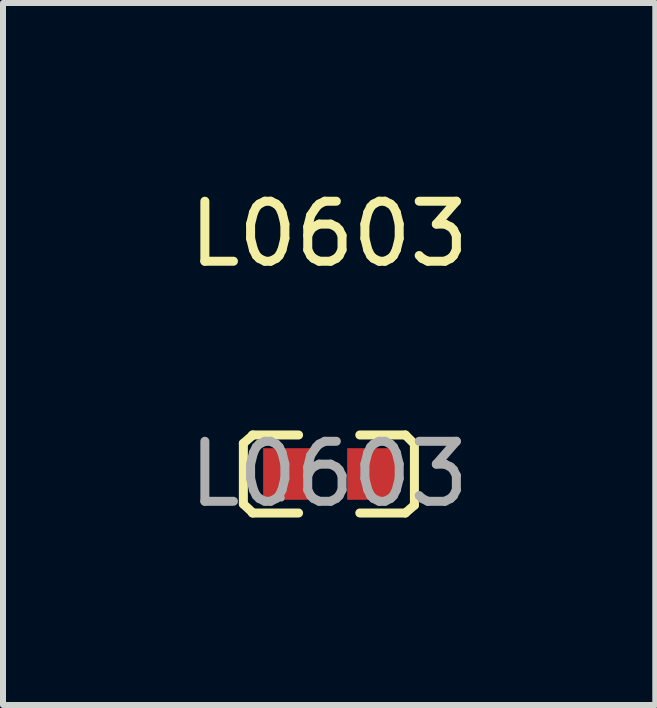
<source format=kicad_pcb>
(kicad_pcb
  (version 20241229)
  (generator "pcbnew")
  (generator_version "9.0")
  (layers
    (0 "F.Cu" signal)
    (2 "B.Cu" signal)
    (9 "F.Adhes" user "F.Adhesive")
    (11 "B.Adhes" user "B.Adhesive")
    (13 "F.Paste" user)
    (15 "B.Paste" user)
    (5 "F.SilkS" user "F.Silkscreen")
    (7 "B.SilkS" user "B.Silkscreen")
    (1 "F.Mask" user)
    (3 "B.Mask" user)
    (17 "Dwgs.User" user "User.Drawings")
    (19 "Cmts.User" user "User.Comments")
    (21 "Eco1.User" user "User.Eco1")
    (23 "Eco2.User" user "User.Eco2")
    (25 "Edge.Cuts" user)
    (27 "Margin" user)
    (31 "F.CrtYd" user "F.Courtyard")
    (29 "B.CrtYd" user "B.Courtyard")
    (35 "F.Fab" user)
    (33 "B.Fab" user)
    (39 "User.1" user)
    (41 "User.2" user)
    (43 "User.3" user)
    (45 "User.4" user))
  (footprint "L0603"
    (layer "F.Cu")
    (at 2.435 4.848)
    (property "Reference" "L0603" (at 0 -4 0) (layer "F.SilkS") (effects (font (size 1 1) (thickness 0.15))))
    (attr smd)
    (fp_line (start -1.43 -0.51) (end -1.27 -0.65) (stroke (width 0.15) (type solid)) (layer "F.SilkS"))
    (fp_line (start -1.43 0.5) (end -1.43 -0.51) (stroke (width 0.15) (type solid)) (layer "F.SilkS"))
    (fp_line (start -1.28 -0.65) (end -0.51 -0.65) (stroke (width 0.15) (type solid)) (layer "F.SilkS"))
    (fp_line (start -1.28 0.65) (end -0.51 0.65) (stroke (width 0.15) (type solid)) (layer "F.SilkS"))
    (fp_line (start -1.27 0.65) (end -1.43 0.5) (stroke (width 0.15) (type solid)) (layer "F.SilkS"))
    (fp_line (start 1.27 -0.65) (end 0.51 -0.65) (stroke (width 0.15) (type solid)) (layer "F.SilkS"))
    (fp_line (start 1.27 -0.65) (end 1.42 -0.5) (stroke (width 0.15) (type solid)) (layer "F.SilkS"))
    (fp_line (start 1.27 0.65) (end 0.51 0.65) (stroke (width 0.15) (type solid)) (layer "F.SilkS"))
    (fp_line (start 1.42 -0.5) (end 1.42 0.52) (stroke (width 0.15) (type solid)) (layer "F.SilkS"))
    (fp_line (start 1.42 0.52) (end 1.27 0.65) (stroke (width 0.15) (type solid)) (layer "F.SilkS"))
    (fp_circle (center -0.8 0.4) (end -0.77 0.4) (stroke (width 0.06) (type solid)) (fill no) (layer "F.Fab"))
    (fp_text user "${REFERENCE}" (at 0 0 0) (layer "F.Fab") (effects (font (size 1 1) (thickness 0.15))))
    (pad "1" smd rect (at -0.7 0 180) (size 0.8 0.86) (layers "F.Cu" "F.Mask" "F.Paste"))
    (pad "2" smd rect (at 0.7 0 180) (size 0.8 0.86) (layers "F.Cu" "F.Mask" "F.Paste")))
  (gr_rect
    (start -3 -3)
    (end 7.869 8.697)
    (stroke (width 0.1) (type default))
    (fill no)
    (layer "Edge.Cuts")))
</source>
